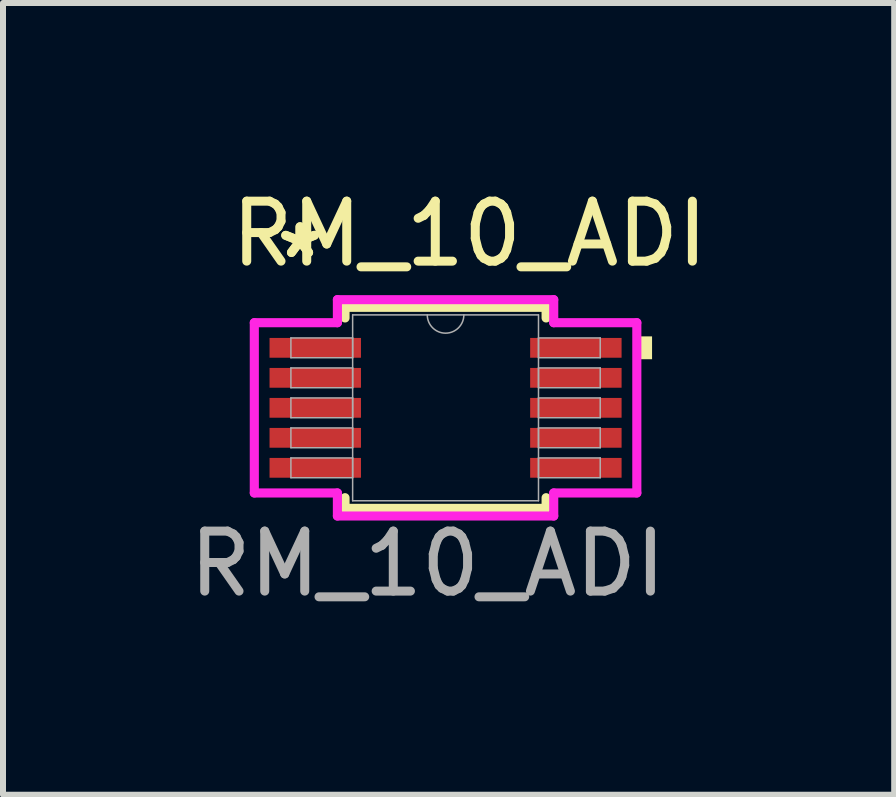
<source format=kicad_pcb>
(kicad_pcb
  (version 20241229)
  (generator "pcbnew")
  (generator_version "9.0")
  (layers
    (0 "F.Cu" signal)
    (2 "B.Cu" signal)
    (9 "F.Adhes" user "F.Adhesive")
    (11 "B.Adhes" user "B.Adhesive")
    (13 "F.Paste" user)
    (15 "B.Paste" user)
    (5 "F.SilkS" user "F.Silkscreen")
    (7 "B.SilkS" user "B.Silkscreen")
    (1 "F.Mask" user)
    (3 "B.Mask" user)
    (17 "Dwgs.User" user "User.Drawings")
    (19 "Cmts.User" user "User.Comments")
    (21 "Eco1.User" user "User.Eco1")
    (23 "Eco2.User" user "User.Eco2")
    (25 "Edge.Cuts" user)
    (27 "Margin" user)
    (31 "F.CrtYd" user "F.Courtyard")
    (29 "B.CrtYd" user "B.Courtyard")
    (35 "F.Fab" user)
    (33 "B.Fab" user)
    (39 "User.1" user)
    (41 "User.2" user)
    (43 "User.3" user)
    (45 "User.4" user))
  (footprint "RM_10_ADI"
    (layer "F.Cu")
    (at 4.377 3.748)
    (property "Reference" "RM_10_ADI" (at 0.4 -2.9 0) (unlocked yes) (layer "F.SilkS") (effects (font (size 1 1) (thickness 0.15))))
    (attr smd)
    (fp_line (start -1.676 -1.676) (end -1.676 -1.498) (stroke (width 0.152) (type solid)) (layer "F.SilkS"))
    (fp_line (start -1.676 1.498) (end -1.676 1.676) (stroke (width 0.152) (type solid)) (layer "F.SilkS"))
    (fp_line (start -1.676 1.676) (end 1.676 1.676) (stroke (width 0.152) (type solid)) (layer "F.SilkS"))
    (fp_line (start 1.676 -1.676) (end -1.676 -1.676) (stroke (width 0.152) (type solid)) (layer "F.SilkS"))
    (fp_line (start 1.676 -1.498) (end 1.676 -1.676) (stroke (width 0.152) (type solid)) (layer "F.SilkS"))
    (fp_line (start 1.676 1.676) (end 1.676 1.498) (stroke (width 0.152) (type solid)) (layer "F.SilkS"))
    (fp_poly (pts (xy 3.442 -1.191) (xy 3.442 -0.81) (xy 3.188 -0.81) (xy 3.188 -1.191)) (stroke (width 0) (type solid)) (fill yes) (layer "F.SilkS"))
    (fp_line (start -3.188 -1.419) (end -1.803 -1.419) (stroke (width 0.152) (type solid)) (layer "F.CrtYd"))
    (fp_line (start -3.188 1.419) (end -3.188 -1.419) (stroke (width 0.152) (type solid)) (layer "F.CrtYd"))
    (fp_line (start -3.188 1.419) (end -1.803 1.419) (stroke (width 0.152) (type solid)) (layer "F.CrtYd"))
    (fp_line (start -1.803 -1.803) (end 1.803 -1.803) (stroke (width 0.152) (type solid)) (layer "F.CrtYd"))
    (fp_line (start -1.803 -1.419) (end -1.803 -1.803) (stroke (width 0.152) (type solid)) (layer "F.CrtYd"))
    (fp_line (start -1.803 1.803) (end -1.803 1.419) (stroke (width 0.152) (type solid)) (layer "F.CrtYd"))
    (fp_line (start 1.803 -1.803) (end 1.803 -1.419) (stroke (width 0.152) (type solid)) (layer "F.CrtYd"))
    (fp_line (start 1.803 1.419) (end 1.803 1.803) (stroke (width 0.152) (type solid)) (layer "F.CrtYd"))
    (fp_line (start 1.803 1.803) (end -1.803 1.803) (stroke (width 0.152) (type solid)) (layer "F.CrtYd"))
    (fp_line (start 3.188 -1.419) (end 1.803 -1.419) (stroke (width 0.152) (type solid)) (layer "F.CrtYd"))
    (fp_line (start 3.188 -1.419) (end 3.188 1.419) (stroke (width 0.152) (type solid)) (layer "F.CrtYd"))
    (fp_line (start 3.188 1.419) (end 1.803 1.419) (stroke (width 0.152) (type solid)) (layer "F.CrtYd"))
    (fp_line (start -2.578 -1.165) (end -2.578 -0.835) (stroke (width 0.025) (type solid)) (layer "F.Fab"))
    (fp_line (start -2.578 -0.835) (end -1.549 -0.835) (stroke (width 0.025) (type solid)) (layer "F.Fab"))
    (fp_line (start -2.578 -0.665) (end -2.578 -0.335) (stroke (width 0.025) (type solid)) (layer "F.Fab"))
    (fp_line (start -2.578 -0.335) (end -1.549 -0.335) (stroke (width 0.025) (type solid)) (layer "F.Fab"))
    (fp_line (start -2.578 -0.165) (end -2.578 0.165) (stroke (width 0.025) (type solid)) (layer "F.Fab"))
    (fp_line (start -2.578 0.165) (end -1.549 0.165) (stroke (width 0.025) (type solid)) (layer "F.Fab"))
    (fp_line (start -2.578 0.335) (end -2.578 0.665) (stroke (width 0.025) (type solid)) (layer "F.Fab"))
    (fp_line (start -2.578 0.665) (end -1.549 0.665) (stroke (width 0.025) (type solid)) (layer "F.Fab"))
    (fp_line (start -2.578 0.835) (end -2.578 1.165) (stroke (width 0.025) (type solid)) (layer "F.Fab"))
    (fp_line (start -2.578 1.165) (end -1.549 1.165) (stroke (width 0.025) (type solid)) (layer "F.Fab"))
    (fp_line (start -1.549 -1.549) (end -1.549 1.549) (stroke (width 0.025) (type solid)) (layer "F.Fab"))
    (fp_line (start -1.549 -1.165) (end -2.578 -1.165) (stroke (width 0.025) (type solid)) (layer "F.Fab"))
    (fp_line (start -1.549 -0.835) (end -1.549 -1.165) (stroke (width 0.025) (type solid)) (layer "F.Fab"))
    (fp_line (start -1.549 -0.665) (end -2.578 -0.665) (stroke (width 0.025) (type solid)) (layer "F.Fab"))
    (fp_line (start -1.549 -0.335) (end -1.549 -0.665) (stroke (width 0.025) (type solid)) (layer "F.Fab"))
    (fp_line (start -1.549 -0.165) (end -2.578 -0.165) (stroke (width 0.025) (type solid)) (layer "F.Fab"))
    (fp_line (start -1.549 0.165) (end -1.549 -0.165) (stroke (width 0.025) (type solid)) (layer "F.Fab"))
    (fp_line (start -1.549 0.335) (end -2.578 0.335) (stroke (width 0.025) (type solid)) (layer "F.Fab"))
    (fp_line (start -1.549 0.665) (end -1.549 0.335) (stroke (width 0.025) (type solid)) (layer "F.Fab"))
    (fp_line (start -1.549 0.835) (end -2.578 0.835) (stroke (width 0.025) (type solid)) (layer "F.Fab"))
    (fp_line (start -1.549 1.165) (end -1.549 0.835) (stroke (width 0.025) (type solid)) (layer "F.Fab"))
    (fp_line (start -1.549 1.549) (end 1.549 1.549) (stroke (width 0.025) (type solid)) (layer "F.Fab"))
    (fp_line (start 1.549 -1.549) (end -1.549 -1.549) (stroke (width 0.025) (type solid)) (layer "F.Fab"))
    (fp_line (start 1.549 -1.165) (end 1.549 -0.835) (stroke (width 0.025) (type solid)) (layer "F.Fab"))
    (fp_line (start 1.549 -0.835) (end 2.578 -0.835) (stroke (width 0.025) (type solid)) (layer "F.Fab"))
    (fp_line (start 1.549 -0.665) (end 1.549 -0.335) (stroke (width 0.025) (type solid)) (layer "F.Fab"))
    (fp_line (start 1.549 -0.335) (end 2.578 -0.335) (stroke (width 0.025) (type solid)) (layer "F.Fab"))
    (fp_line (start 1.549 -0.165) (end 1.549 0.165) (stroke (width 0.025) (type solid)) (layer "F.Fab"))
    (fp_line (start 1.549 0.165) (end 2.578 0.165) (stroke (width 0.025) (type solid)) (layer "F.Fab"))
    (fp_line (start 1.549 0.335) (end 1.549 0.665) (stroke (width 0.025) (type solid)) (layer "F.Fab"))
    (fp_line (start 1.549 0.665) (end 2.578 0.665) (stroke (width 0.025) (type solid)) (layer "F.Fab"))
    (fp_line (start 1.549 0.835) (end 1.549 1.165) (stroke (width 0.025) (type solid)) (layer "F.Fab"))
    (fp_line (start 1.549 1.165) (end 2.578 1.165) (stroke (width 0.025) (type solid)) (layer "F.Fab"))
    (fp_line (start 1.549 1.549) (end 1.549 -1.549) (stroke (width 0.025) (type solid)) (layer "F.Fab"))
    (fp_line (start 2.578 -1.165) (end 1.549 -1.165) (stroke (width 0.025) (type solid)) (layer "F.Fab"))
    (fp_line (start 2.578 -0.835) (end 2.578 -1.165) (stroke (width 0.025) (type solid)) (layer "F.Fab"))
    (fp_line (start 2.578 -0.665) (end 1.549 -0.665) (stroke (width 0.025) (type solid)) (layer "F.Fab"))
    (fp_line (start 2.578 -0.335) (end 2.578 -0.665) (stroke (width 0.025) (type solid)) (layer "F.Fab"))
    (fp_line (start 2.578 -0.165) (end 1.549 -0.165) (stroke (width 0.025) (type solid)) (layer "F.Fab"))
    (fp_line (start 2.578 0.165) (end 2.578 -0.165) (stroke (width 0.025) (type solid)) (layer "F.Fab"))
    (fp_line (start 2.578 0.335) (end 1.549 0.335) (stroke (width 0.025) (type solid)) (layer "F.Fab"))
    (fp_line (start 2.578 0.665) (end 2.578 0.335) (stroke (width 0.025) (type solid)) (layer "F.Fab"))
    (fp_line (start 2.578 0.835) (end 1.549 0.835) (stroke (width 0.025) (type solid)) (layer "F.Fab"))
    (fp_line (start 2.578 1.165) (end 2.578 0.835) (stroke (width 0.025) (type solid)) (layer "F.Fab"))
    (fp_arc (start 0.3048 -1.5494) (mid 0 -1.2446) (end -0.3048 -1.5494) (stroke (width 0.0254) (type solid)) (layer "F.Fab"))
    (fp_text user "*" (at -2.426 -2.473 0) (layer "F.SilkS") (effects (font (size 1 1) (thickness 0.15))))
    (fp_text user "*" (at -2.426 -2.473 0) (unlocked yes) (layer "F.SilkS") (effects (font (size 1 1) (thickness 0.15))))
    (fp_text user "${REFERENCE}" (at -0.3 2.6 0) (unlocked yes) (layer "F.Fab") (effects (font (size 1 1) (thickness 0.15))))
    (pad "1" smd rect (at -2.172 -1) (size 1.524 0.33) (layers "F.Cu" "F.Mask" "F.Paste"))
    (pad "2" smd rect (at -2.172 -0.5) (size 1.524 0.33) (layers "F.Cu" "F.Mask" "F.Paste"))
    (pad "3" smd rect (at -2.172 0) (size 1.524 0.33) (layers "F.Cu" "F.Mask" "F.Paste"))
    (pad "4" smd rect (at -2.172 0.5) (size 1.524 0.33) (layers "F.Cu" "F.Mask" "F.Paste"))
    (pad "5" smd rect (at -2.172 1) (size 1.524 0.33) (layers "F.Cu" "F.Mask" "F.Paste"))
    (pad "6" smd rect (at 2.172 1) (size 1.524 0.33) (layers "F.Cu" "F.Mask" "F.Paste"))
    (pad "7" smd rect (at 2.172 0.5) (size 1.524 0.33) (layers "F.Cu" "F.Mask" "F.Paste"))
    (pad "8" smd rect (at 2.172 0) (size 1.524 0.33) (layers "F.Cu" "F.Mask" "F.Paste"))
    (pad "9" smd rect (at 2.172 -0.5) (size 1.524 0.33) (layers "F.Cu" "F.Mask" "F.Paste"))
    (pad "10" smd rect (at 2.172 -1) (size 1.524 0.33) (layers "F.Cu" "F.Mask" "F.Paste")))
  (gr_rect
    (start -3 -3)
    (end 11.855 10.197)
    (stroke (width 0.1) (type default))
    (fill no)
    (layer "Edge.Cuts")))
</source>
